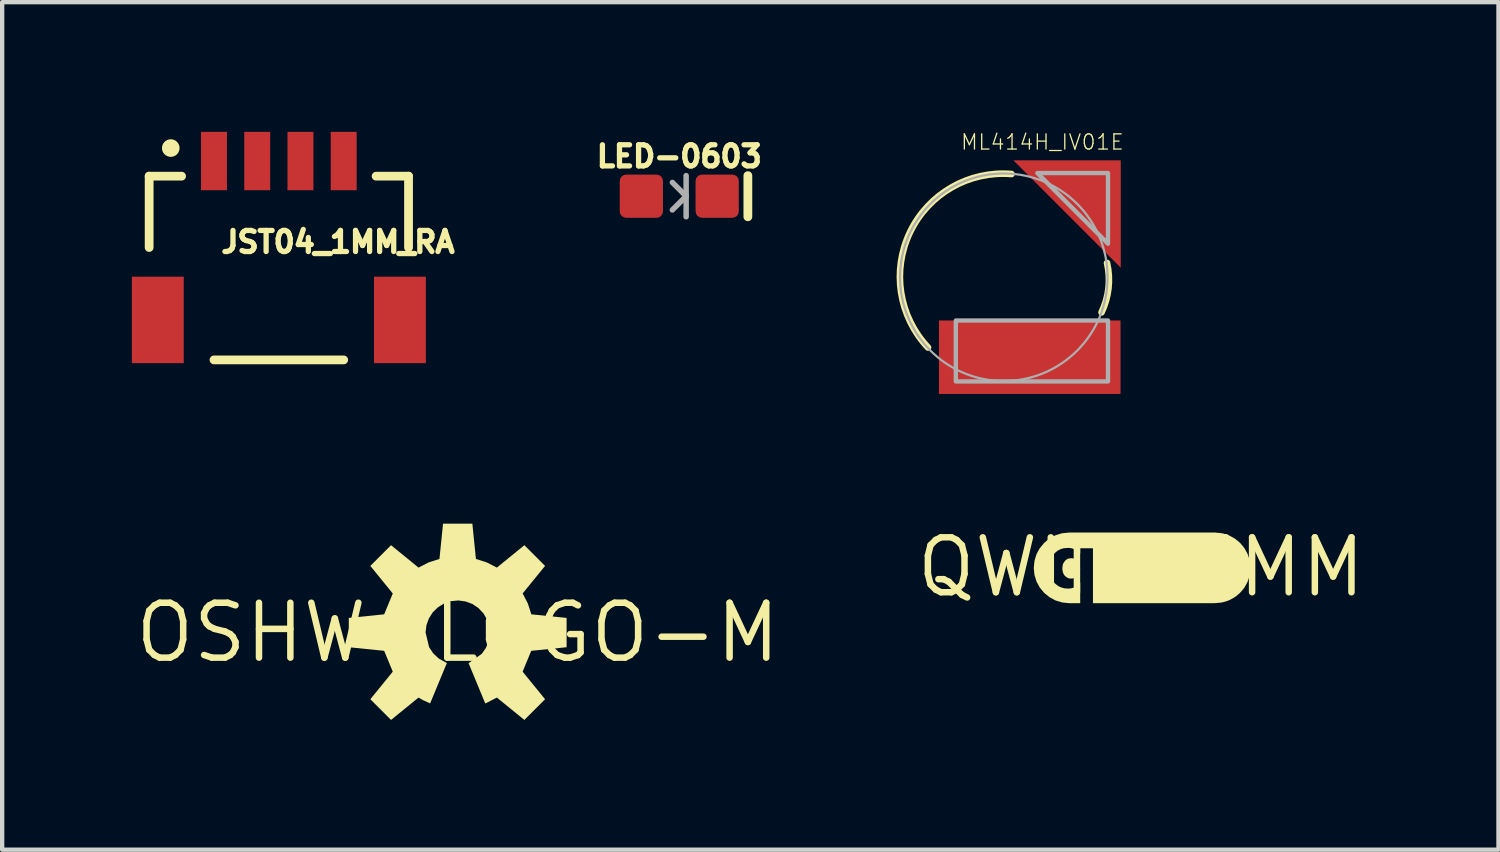
<source format=kicad_pcb>
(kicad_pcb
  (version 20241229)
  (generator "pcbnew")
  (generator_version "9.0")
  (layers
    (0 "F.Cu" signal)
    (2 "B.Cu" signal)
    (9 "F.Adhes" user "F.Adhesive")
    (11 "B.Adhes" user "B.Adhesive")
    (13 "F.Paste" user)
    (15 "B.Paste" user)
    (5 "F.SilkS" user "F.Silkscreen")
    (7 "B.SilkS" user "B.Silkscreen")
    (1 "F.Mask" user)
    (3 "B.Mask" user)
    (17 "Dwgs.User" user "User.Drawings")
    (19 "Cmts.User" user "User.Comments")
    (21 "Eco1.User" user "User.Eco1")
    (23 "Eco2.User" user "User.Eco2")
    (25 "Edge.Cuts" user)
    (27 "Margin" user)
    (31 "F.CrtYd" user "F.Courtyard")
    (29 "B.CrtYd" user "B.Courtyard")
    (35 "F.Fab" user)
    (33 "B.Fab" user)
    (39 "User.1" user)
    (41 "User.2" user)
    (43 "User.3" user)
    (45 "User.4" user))
  (footprint "JST04_1MM_RA"
    (layer "F.Cu")
    (at 3.4 0.675)
    (property "Reference" "JST04_1MM_RA" (at -1.397 2.159 0) (layer "F.SilkS") (effects (font (size 0.488 0.488) (thickness 0.122)) (justify left bottom)))
    (fp_line (start -3 0.35) (end -2.25 0.35) (stroke (width 0.203) (type solid)) (layer "F.SilkS"))
    (fp_line (start -3 2) (end -3 0.35) (stroke (width 0.203) (type solid)) (layer "F.SilkS"))
    (fp_line (start -1.5 4.6) (end 1.5 4.6) (stroke (width 0.203) (type solid)) (layer "F.SilkS"))
    (fp_line (start 2.25 0.35) (end 3 0.35) (stroke (width 0.203) (type solid)) (layer "F.SilkS"))
    (fp_line (start 3 0.35) (end 3 2) (stroke (width 0.203) (type solid)) (layer "F.SilkS"))
    (fp_circle (center -2.5 -0.3) (end -2.398 -0.3) (stroke (width 0.203) (type solid)) (fill no) (layer "F.SilkS"))
    (pad "1" smd rect (at -1.5 0) (size 0.6 1.35) (layers "F.Cu" "F.Mask" "F.Paste"))
    (pad "2" smd rect (at -0.5 0) (size 0.6 1.35) (layers "F.Cu" "F.Mask" "F.Paste"))
    (pad "3" smd rect (at 0.5 0) (size 0.6 1.35) (layers "F.Cu" "F.Mask" "F.Paste"))
    (pad "4" smd rect (at 1.5 0) (size 0.6 1.35) (layers "F.Cu" "F.Mask" "F.Paste"))
    (pad "NC1" smd rect (at 2.8 3.675) (size 1.2 2) (layers "F.Cu" "F.Mask" "F.Paste"))
    (pad "NC2" smd rect (at -2.8 3.675) (size 1.2 2) (layers "F.Cu" "F.Mask" "F.Paste")))
  (footprint "LED-0603"
    (layer "F.Cu")
    (at 12.662 1.488)
    (property "Reference" "LED-0603" (at 0 -0.635 0) (layer "F.SilkS") (effects (font (size 0.488 0.488) (thickness 0.122)) (justify bottom)))
    (fp_line (start 1.587 -0.476) (end 1.587 0.476) (stroke (width 0.203) (type solid)) (layer "F.SilkS"))
    (fp_line (start 0.159 -0.476) (end 0.159 0) (stroke (width 0.127) (type solid)) (layer "F.Fab"))
    (fp_line (start 0.159 0) (end -0.159 -0.318) (stroke (width 0.127) (type solid)) (layer "F.Fab"))
    (fp_line (start 0.159 0) (end -0.159 0.318) (stroke (width 0.127) (type solid)) (layer "F.Fab"))
    (fp_line (start 0.159 0) (end 0.159 0.476) (stroke (width 0.127) (type solid)) (layer "F.Fab"))
    (pad "A" smd roundrect (at -0.877 0 270) (size 1 1) (layers "F.Cu" "F.Mask" "F.Paste") (roundrect_rratio 0.15))
    (pad "C" smd roundrect (at 0.877 0 270) (size 1 1) (layers "F.Cu" "F.Mask" "F.Paste") (roundrect_rratio 0.15)))
  (footprint "OSHW-LOGO-M"
    (layer "F.Cu")
    (at 7.537 11.582)
    (property "Reference" "OSHW-LOGO-M" (at 0 0 0) (layer "F.SilkS") (effects (font (size 1.27 1.27) (thickness 0.15))))
    (fp_poly (pts (xy 0.422 -1.703) (xy 0.672 -1.623) (xy 0.906 -1.503) (xy 1.542 -2.021) (xy 2.021 -1.542) (xy 1.503 -0.906) (xy 1.623 -0.672) (xy 1.703 -0.422) (xy 2.519 -0.339) (xy 2.519 0.339) (xy 1.701 0.422) (xy 1.502 0.904) (xy 2.021 1.542) (xy 1.542 2.021) (xy 0.906 1.503) (xy 0.638 1.641) (xy 0.252 0.708) (xy 0.558 0.49) (xy 0.653 0.354) (xy 0.716 0.197) (xy 0.742 0.031) (xy 0.73 -0.137) (xy 0.68 -0.298) (xy 0.596 -0.444) (xy 0.48 -0.567) (xy 0.34 -0.661) (xy 0.182 -0.72) (xy 0.015 -0.743) (xy -0.152 -0.727) (xy -0.312 -0.674) (xy -0.456 -0.586) (xy -0.577 -0.468) (xy -0.667 -0.326) (xy -0.724 -0.167) (xy -0.743 -0.002) (xy -0.661 0.339) (xy -0.565 0.482) (xy -0.437 0.601) (xy -0.251 0.705) (xy -0.638 1.639) (xy -0.804 1.562) (xy -0.907 1.504) (xy -1.542 2.021) (xy -2.021 1.542) (xy -1.502 0.904) (xy -1.701 0.422) (xy -2.519 0.339) (xy -2.519 -0.339) (xy -1.701 -0.422) (xy -1.502 -0.904) (xy -2.021 -1.542) (xy -1.542 -2.021) (xy -0.906 -1.503) (xy -0.672 -1.623) (xy -0.422 -1.703) (xy -0.339 -2.519) (xy 0.339 -2.519)) (stroke (width 0) (type solid)) (fill yes) (layer "F.SilkS")))
  (footprint "QWIIC_5MM"
    (layer "F.Cu")
    (at 23.342 10.069)
    (property "Reference" "QWIIC_5MM" (at 0 0 0) (layer "F.SilkS") (effects (font (size 1.27 1.27) (thickness 0.15))))
    (fp_poly (pts (xy -1.543 -0.197) (xy -1.497 -0.17) (xy -1.457 -0.134) (xy -1.43 -0.086) (xy -1.416 -0.035) (xy -1.408 0.018) (xy -1.413 0.072) (xy -1.421 0.125) (xy -1.447 0.173) (xy -1.48 0.214) (xy -1.524 0.247) (xy -1.577 0.261) (xy -1.63 0.265) (xy -1.684 0.254) (xy -1.73 0.227) (xy -1.77 0.191) (xy -1.797 0.143) (xy -1.812 0.092) (xy -1.82 0.038) (xy -1.815 -0.015) (xy -1.806 -0.068) (xy -1.78 -0.116) (xy -1.747 -0.157) (xy -1.703 -0.19) (xy -1.65 -0.204) (xy -1.597 -0.208)) (stroke (width 0) (type solid)) (fill yes) (layer "F.SilkS"))
    (fp_poly (pts (xy 1.741 -0.798) (xy 1.846 -0.788) (xy 1.899 -0.779) (xy 2 -0.747) (xy 2.05 -0.728) (xy 2.143 -0.677) (xy 2.188 -0.648) (xy 2.27 -0.581) (xy 2.308 -0.544) (xy 2.376 -0.461) (xy 2.406 -0.417) (xy 2.457 -0.324) (xy 2.477 -0.275) (xy 2.509 -0.173) (xy 2.519 -0.121) (xy 2.53 -0.015) (xy 2.531 0.038) (xy 2.52 0.144) (xy 2.511 0.197) (xy 2.48 0.298) (xy 2.461 0.348) (xy 2.41 0.442) (xy 2.382 0.487) (xy 2.314 0.569) (xy 2.277 0.607) (xy 2.195 0.675) (xy 2.151 0.705) (xy 2.058 0.756) (xy 2.009 0.777) (xy 1.907 0.808) (xy 1.855 0.819) (xy 1.749 0.829) (xy 1.696 0.833) (xy -1.054 0.833) (xy -1.111 0.834) (xy -1.111 -0.437) (xy -1.406 -0.437) (xy -1.406 -0.432) (xy -1.406 -0.311) (xy -1.448 -0.351) (xy -1.488 -0.384) (xy -1.533 -0.411) (xy -1.581 -0.43) (xy -1.631 -0.442) (xy -1.683 -0.446) (xy -1.787 -0.438) (xy -1.837 -0.423) (xy -1.885 -0.405) (xy -1.931 -0.379) (xy -1.971 -0.347) (xy -2.008 -0.311) (xy -2.039 -0.269) (xy -2.064 -0.223) (xy -2.086 -0.176) (xy -2.099 -0.125) (xy -2.11 -0.075) (xy -2.117 0.03) (xy -2.107 0.134) (xy -2.095 0.185) (xy -2.079 0.234) (xy -2.057 0.282) (xy -2.029 0.326) (xy -1.999 0.368) (xy -1.96 0.402) (xy -1.918 0.433) (xy -1.873 0.458) (xy -1.824 0.475) (xy -1.774 0.489) (xy -1.722 0.494) (xy -1.67 0.496) (xy -1.618 0.49) (xy -1.568 0.478) (xy -1.521 0.457) (xy -1.477 0.428) (xy -1.439 0.393) (xy -1.406 0.357) (xy -1.406 0.811) (xy -1.406 0.833) (xy -1.662 0.833) (xy -1.821 0.817) (xy -1.974 0.771) (xy -2.115 0.696) (xy -2.239 0.595) (xy -2.341 0.472) (xy -2.417 0.331) (xy -2.464 0.178) (xy -2.48 0.019) (xy -2.464 -0.14) (xy -2.45 -0.191) (xy -2.419 -0.293) (xy -2.395 -0.341) (xy -2.344 -0.434) (xy -2.243 -0.558) (xy -2.121 -0.661) (xy -1.98 -0.737) (xy -1.828 -0.784) (xy -1.669 -0.8) (xy -1.616 -0.801) (xy 1.716 -0.801)) (stroke (width 0) (type solid)) (fill yes) (layer "F.SilkS")))
  (footprint "ML414H_IV01E"
    (layer "F.Cu")
    (at 20.169 3.363)
    (property "Reference" "ML414H_IV01E" (at -1.016 -2.921 0) (layer "F.SilkS") (effects (font (size 0.351 0.351) (thickness 0.03)) (justify left bottom)))
    (fp_poly (pts (xy 2.705 -0.22) (xy 0.22 -2.705) (xy 2.705 -2.705)) (stroke (width 0) (type solid)) (fill yes) (layer "F.Cu"))
    (fp_poly (pts (xy 2.705 -0.22) (xy 0.22 -2.705) (xy 2.705 -2.705)) (stroke (width 0) (type solid)) (fill yes) (layer "F.Mask"))
    (fp_poly (pts (xy -1.5 2.7) (xy 2.7 2.7) (xy 2.7 1) (xy -1.5 1)) (stroke (width 0) (type solid)) (fill yes) (layer "F.Mask"))
    (fp_arc (start -1.752599 1.625602) (mid -2.167967 -1.045069) (end 0.1778 -2.3876) (stroke (width 0.1524) (type solid)) (layer "F.SilkS"))
    (fp_arc (start 2.3876 -0.3302) (mid 2.42159 0.252132) (end 2.260599 0.8128) (stroke (width 0.1524) (type solid)) (layer "F.SilkS"))
    (fp_poly (pts (xy 2.705 -0.22) (xy 0.22 -2.705) (xy 2.705 -2.705)) (stroke (width 0) (type solid)) (fill yes) (layer "F.Paste"))
    (fp_poly (pts (xy -1.5 2.7) (xy 2.7 2.7) (xy 2.7 1) (xy -1.5 1)) (stroke (width 0) (type solid)) (fill yes) (layer "F.Paste"))
    (fp_circle (center 0 0) (end 2.4 0) (stroke (width 0.051) (type solid)) (fill no) (layer "F.Fab"))
    (fp_poly (pts (xy 2.41 -0.776) (xy 0.776 -2.41) (xy 2.41 -2.41)) (stroke (width 0.1) (type solid)) (fill no) (layer "F.Fab"))
    (fp_poly (pts (xy 2.41 2.41) (xy -1.11 2.41) (xy -1.11 1) (xy 2.41 1)) (stroke (width 0.1) (type solid)) (fill no) (layer "F.Fab"))
    (pad "+" smd rect (at 2.022 -2.032) (size 1 1) (layers "F.Cu"))
    (pad "-" smd rect (at 0.6 1.85) (size 4.2 1.7) (layers "F.Cu")))
  (gr_rect
    (start -3 -3)
    (end 31.611 16.604)
    (stroke (width 0.1) (type default))
    (fill no)
    (layer "Edge.Cuts")))
</source>
